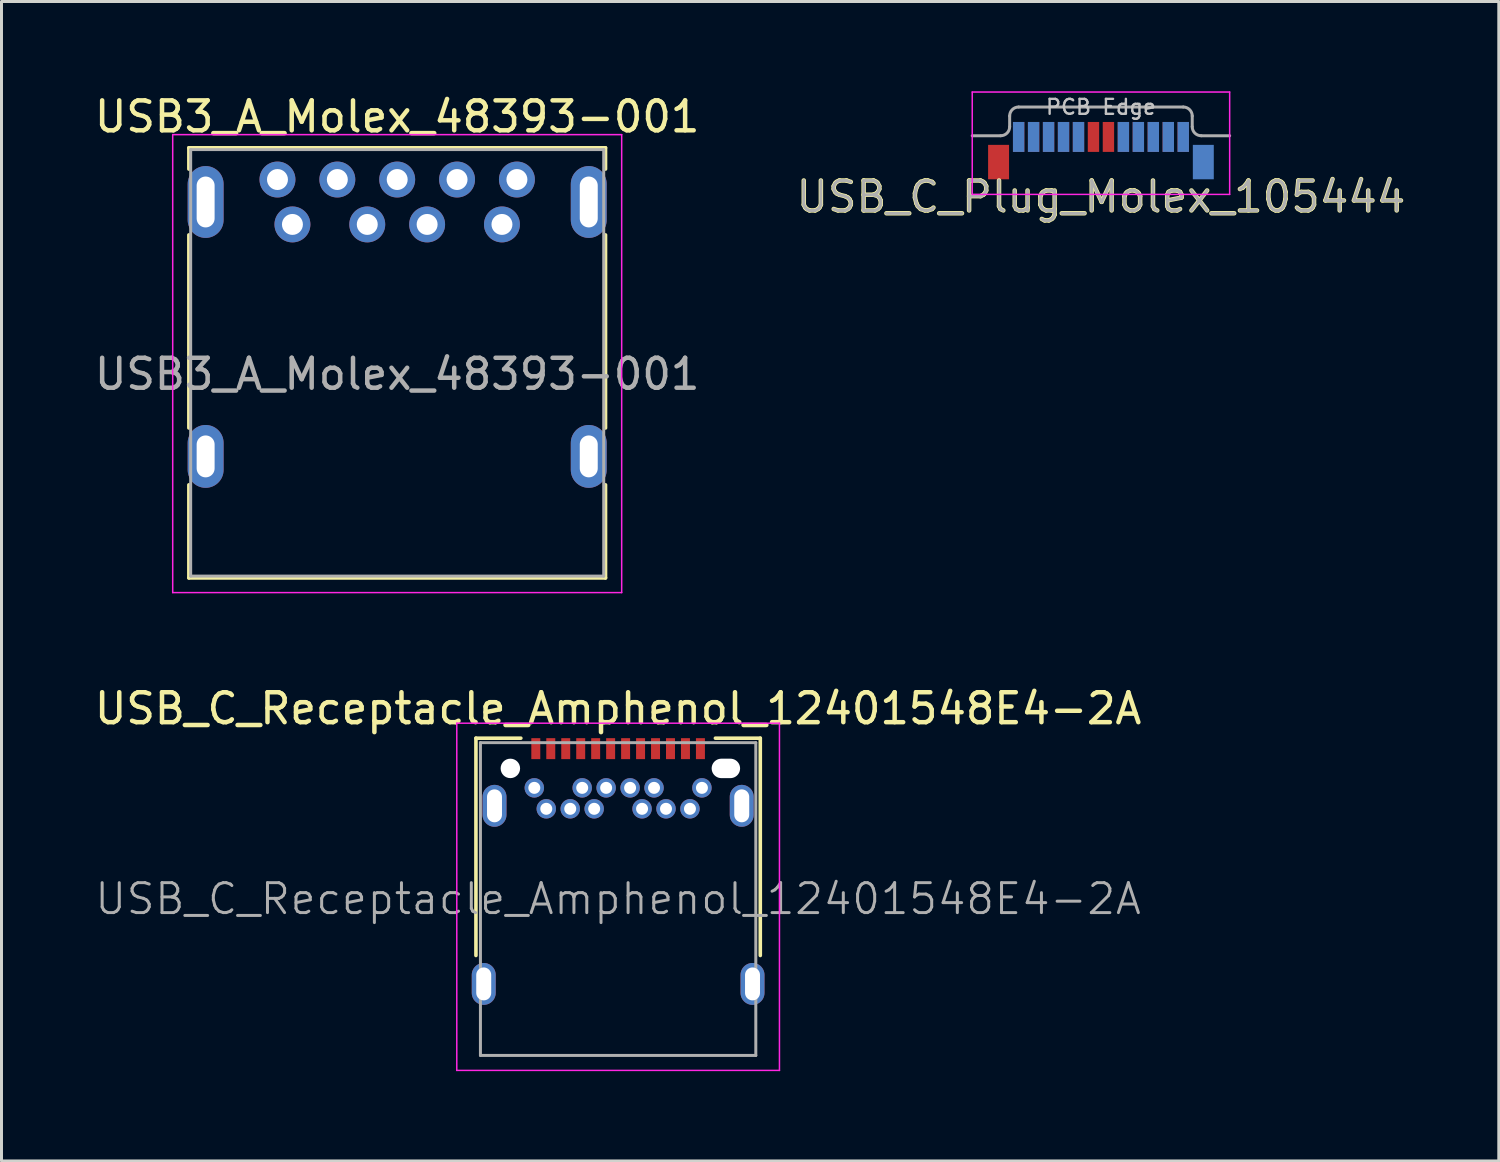
<source format=kicad_pcb>
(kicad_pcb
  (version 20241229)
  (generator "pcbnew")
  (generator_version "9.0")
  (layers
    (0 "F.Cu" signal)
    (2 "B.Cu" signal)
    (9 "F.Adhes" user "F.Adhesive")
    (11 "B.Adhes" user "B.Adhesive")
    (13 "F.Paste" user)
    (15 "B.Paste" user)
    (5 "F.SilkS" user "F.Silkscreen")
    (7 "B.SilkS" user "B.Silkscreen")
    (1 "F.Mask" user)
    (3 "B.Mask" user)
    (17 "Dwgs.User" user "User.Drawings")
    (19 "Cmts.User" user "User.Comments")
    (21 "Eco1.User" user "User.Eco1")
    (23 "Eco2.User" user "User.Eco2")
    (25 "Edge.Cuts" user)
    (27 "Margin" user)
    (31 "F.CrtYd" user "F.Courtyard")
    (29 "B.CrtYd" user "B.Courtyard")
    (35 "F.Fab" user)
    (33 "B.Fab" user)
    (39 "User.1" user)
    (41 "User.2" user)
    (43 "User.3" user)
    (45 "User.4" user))
  (footprint "USB_C_Plug_Molex_105444"
    (layer "F.Cu")
    (at 33.732 1.485)
    (property "Reference" "USB_C_Plug_Molex_105444" (at 0 2.04 0) (layer "F.SilkS") (effects (font (size 1 1) (thickness 0.15))))
    (attr smd)
    (fp_line (start -4.3 1.96) (end -4.3 -1.46) (stroke (width 0.05) (type solid)) (layer "F.CrtYd"))
    (fp_line (start 4.3 -1.46) (end -4.3 -1.46) (stroke (width 0.05) (type solid)) (layer "F.CrtYd"))
    (fp_line (start 4.3 1.96) (end -4.3 1.96) (stroke (width 0.05) (type solid)) (layer "F.CrtYd"))
    (fp_line (start 4.3 1.96) (end 4.3 -1.46) (stroke (width 0.05) (type solid)) (layer "F.CrtYd"))
    (fp_line (start -3.35 0) (end -4.3 0) (stroke (width 0.1) (type solid)) (layer "F.Fab"))
    (fp_line (start -3.05 -0.66) (end -3.05 -0.3) (stroke (width 0.1) (type solid)) (layer "F.Fab"))
    (fp_line (start -2.75 -0.96) (end 2.75 -0.96) (stroke (width 0.1) (type solid)) (layer "F.Fab"))
    (fp_line (start 3.05 -0.66) (end 3.05 -0.3) (stroke (width 0.1) (type solid)) (layer "F.Fab"))
    (fp_line (start 3.35 0) (end 4.3 0) (stroke (width 0.1) (type solid)) (layer "F.Fab"))
    (fp_arc (start -3.05 -0.66) (mid -2.962132 -0.872132) (end -2.75 -0.96) (stroke (width 0.1) (type solid)) (layer "F.Fab"))
    (fp_arc (start -3.05 -0.3) (mid -3.137868 -0.087868) (end -3.35 0) (stroke (width 0.1) (type solid)) (layer "F.Fab"))
    (fp_arc (start 2.75 -0.96) (mid 2.962132 -0.872132) (end 3.05 -0.66) (stroke (width 0.1) (type solid)) (layer "F.Fab"))
    (fp_arc (start 3.35 0) (mid 3.137868 -0.087868) (end 3.05 -0.3) (stroke (width 0.1) (type solid)) (layer "F.Fab"))
    (fp_text user "PCB Edge" (at 0 -0.96 0) (layer "Dwgs.User") (effects (font (size 0.5 0.5) (thickness 0.08))))
    (fp_text user "${REFERENCE}" (at 0 2.04 0) (layer "F.Fab") (effects (font (size 1 1) (thickness 0.1))))
    (pad "A1" smd rect (at -2.75 0.04) (size 0.38 1) (layers "F.Cu" "F.Mask" "F.Paste"))
    (pad "A2" smd rect (at -2.25 0.04) (size 0.38 1) (layers "F.Cu" "F.Mask" "F.Paste"))
    (pad "A3" smd rect (at -1.75 0.04) (size 0.38 1) (layers "F.Cu" "F.Mask" "F.Paste"))
    (pad "A4" smd rect (at -1.25 0.04) (size 0.38 1) (layers "F.Cu" "F.Mask" "F.Paste"))
    (pad "A5" smd rect (at -0.75 0.04) (size 0.38 1) (layers "F.Cu" "F.Mask" "F.Paste"))
    (pad "A6" smd rect (at -0.25 0.04) (size 0.38 1) (layers "F.Cu" "F.Mask" "F.Paste"))
    (pad "A7" smd rect (at 0.25 0.04) (size 0.38 1) (layers "F.Cu" "F.Mask" "F.Paste"))
    (pad "A8" smd rect (at 0.75 0.04) (size 0.38 1) (layers "F.Cu" "F.Mask" "F.Paste"))
    (pad "A9" smd rect (at 1.25 0.04) (size 0.38 1) (layers "F.Cu" "F.Mask" "F.Paste"))
    (pad "A10" smd rect (at 1.75 0.04) (size 0.38 1) (layers "F.Cu" "F.Mask" "F.Paste"))
    (pad "A11" smd rect (at 2.25 0.04) (size 0.38 1) (layers "F.Cu" "F.Mask" "F.Paste"))
    (pad "A12" smd rect (at 2.75 0.04) (size 0.38 1) (layers "F.Cu" "F.Mask" "F.Paste"))
    (pad "B1" smd rect (at 2.75 0.04) (size 0.38 1) (layers "B.Cu" "B.Mask" "B.Paste"))
    (pad "B2" smd rect (at 2.25 0.04) (size 0.38 1) (layers "B.Cu" "B.Mask" "B.Paste"))
    (pad "B3" smd rect (at 1.75 0.04) (size 0.38 1) (layers "B.Cu" "B.Mask" "B.Paste"))
    (pad "B4" smd rect (at 1.25 0.04) (size 0.38 1) (layers "B.Cu" "B.Mask" "B.Paste"))
    (pad "B5" smd rect (at 0.75 0.04) (size 0.38 1) (layers "B.Cu" "B.Mask" "B.Paste"))
    (pad "B8" smd rect (at -0.75 0.04) (size 0.38 1) (layers "B.Cu" "B.Mask" "B.Paste"))
    (pad "B9" smd rect (at -1.25 0.04) (size 0.38 1) (layers "B.Cu" "B.Mask" "B.Paste"))
    (pad "B10" smd rect (at -1.75 0.04) (size 0.38 1) (layers "B.Cu" "B.Mask" "B.Paste"))
    (pad "B11" smd rect (at -2.25 0.04) (size 0.38 1) (layers "B.Cu" "B.Mask" "B.Paste"))
    (pad "B12" smd rect (at -2.75 0.04) (size 0.38 1) (layers "B.Cu" "B.Mask" "B.Paste"))
    (pad "S1" smd rect (at -3.42 0.88) (size 0.7 1.15) (layers "F.Cu" "F.Mask" "F.Paste"))
    (pad "S1" smd rect (at 3.42 0.88) (size 0.7 1.15) (layers "B.Cu" "B.Mask" "B.Paste")))
  (footprint "USB3_A_Molex_48393-001"
    (layer "F.Cu")
    (at 6.72 4.448)
    (property "Reference" "USB3_A_Molex_48393-001" (at 3.5 -3.6 0) (layer "F.SilkS") (effects (font (size 1 1) (thickness 0.15))))
    (attr through_hole)
    (fp_line (start -3.46 -2.56) (end -3.46 -1.85) (stroke (width 0.12) (type solid)) (layer "F.SilkS"))
    (fp_line (start -3.46 -2.56) (end 10.46 -2.56) (stroke (width 0.12) (type solid)) (layer "F.SilkS"))
    (fp_line (start -3.46 6.8) (end -3.46 0.35) (stroke (width 0.12) (type solid)) (layer "F.SilkS"))
    (fp_line (start -3.46 11.81) (end -3.46 8.7) (stroke (width 0.12) (type solid)) (layer "F.SilkS"))
    (fp_line (start -3.46 11.81) (end 10.46 11.81) (stroke (width 0.12) (type solid)) (layer "F.SilkS"))
    (fp_line (start 10.46 -2.56) (end 10.46 -1.85) (stroke (width 0.12) (type solid)) (layer "F.SilkS"))
    (fp_line (start 10.46 6.8) (end 10.46 0.35) (stroke (width 0.12) (type solid)) (layer "F.SilkS"))
    (fp_line (start 10.46 11.81) (end 10.46 8.7) (stroke (width 0.12) (type solid)) (layer "F.SilkS"))
    (fp_line (start -4 -3) (end 11 -3) (stroke (width 0.05) (type solid)) (layer "F.CrtYd"))
    (fp_line (start -4 12.3) (end -4 -3) (stroke (width 0.05) (type solid)) (layer "F.CrtYd"))
    (fp_line (start 11 -3) (end 11 12.3) (stroke (width 0.05) (type solid)) (layer "F.CrtYd"))
    (fp_line (start 11 12.3) (end -4 12.3) (stroke (width 0.05) (type solid)) (layer "F.CrtYd"))
    (fp_line (start -3.4 -2.5) (end 10.4 -2.5) (stroke (width 0.1) (type solid)) (layer "F.Fab"))
    (fp_line (start -3.4 11.75) (end -3.4 -2.5) (stroke (width 0.1) (type solid)) (layer "F.Fab"))
    (fp_line (start 10.4 -2.5) (end 10.4 11.75) (stroke (width 0.1) (type solid)) (layer "F.Fab"))
    (fp_line (start 10.4 11.75) (end -3.4 11.75) (stroke (width 0.1) (type solid)) (layer "F.Fab"))
    (fp_text user "${REFERENCE}" (at 3.5 5 0) (layer "F.Fab") (effects (font (size 1 1) (thickness 0.15))))
    (pad "1" thru_hole circle (at 0 0) (size 1.2 1.2) (drill 0.7) (layers "*.Cu" "*.Mask"))
    (pad "2" thru_hole circle (at 2.5 0) (size 1.2 1.2) (drill 0.7) (layers "*.Cu" "*.Mask"))
    (pad "3" thru_hole circle (at 4.5 0) (size 1.2 1.2) (drill 0.7) (layers "*.Cu" "*.Mask"))
    (pad "4" thru_hole circle (at 7 0) (size 1.2 1.2) (drill 0.7) (layers "*.Cu" "*.Mask"))
    (pad "5" thru_hole circle (at 7.5 -1.5) (size 1.2 1.2) (drill 0.7) (layers "*.Cu" "*.Mask"))
    (pad "6" thru_hole circle (at 5.5 -1.5) (size 1.2 1.2) (drill 0.7) (layers "*.Cu" "*.Mask"))
    (pad "7" thru_hole circle (at 3.5 -1.5) (size 1.2 1.2) (drill 0.7) (layers "*.Cu" "*.Mask"))
    (pad "8" thru_hole circle (at 1.5 -1.5) (size 1.2 1.2) (drill 0.7) (layers "*.Cu" "*.Mask"))
    (pad "9" thru_hole circle (at -0.5 -1.5) (size 1.2 1.2) (drill 0.7) (layers "*.Cu" "*.Mask"))
    (pad "10" thru_hole oval (at -2.9 -0.75) (size 1.2 2.4) (drill oval 0.6 1.7) (layers "*.Cu" "*.Mask"))
    (pad "10" thru_hole oval (at -2.9 7.75) (size 1.2 2.1) (drill oval 0.6 1.4) (layers "*.Cu" "*.Mask"))
    (pad "10" thru_hole oval (at 9.9 -0.75) (size 1.2 2.4) (drill oval 0.6 1.7) (layers "*.Cu" "*.Mask"))
    (pad "10" thru_hole oval (at 9.9 7.75) (size 1.2 2.1) (drill oval 0.6 1.4) (layers "*.Cu" "*.Mask")))
  (footprint "USB_C_Receptacle_Amphenol_12401548E4-2A"
    (layer "F.Cu")
    (at 17.601 26.982)
    (property "Reference" "USB_C_Receptacle_Amphenol_12401548E4-2A" (at 0 -6.36 0) (layer "F.SilkS") (effects (font (size 1 1) (thickness 0.15))))
    (attr smd)
    (fp_line (start -4.75 -5.37) (end -4.75 1.89) (stroke (width 0.12) (type solid)) (layer "F.SilkS"))
    (fp_line (start -4.75 -5.37) (end -3.25 -5.37) (stroke (width 0.12) (type solid)) (layer "F.SilkS"))
    (fp_line (start 3.25 -5.37) (end 4.75 -5.37) (stroke (width 0.12) (type solid)) (layer "F.SilkS"))
    (fp_line (start 4.75 -5.37) (end 4.75 1.89) (stroke (width 0.12) (type solid)) (layer "F.SilkS"))
    (fp_line (start -5.39 -5.87) (end 5.39 -5.87) (stroke (width 0.05) (type solid)) (layer "F.CrtYd"))
    (fp_line (start -5.39 5.73) (end -5.39 -5.87) (stroke (width 0.05) (type solid)) (layer "F.CrtYd"))
    (fp_line (start 5.39 -5.87) (end 5.39 5.73) (stroke (width 0.05) (type solid)) (layer "F.CrtYd"))
    (fp_line (start 5.39 5.73) (end -5.39 5.73) (stroke (width 0.05) (type solid)) (layer "F.CrtYd"))
    (fp_line (start -4.6 -5.22) (end 4.6 -5.22) (stroke (width 0.1) (type solid)) (layer "F.Fab"))
    (fp_line (start -4.6 5.23) (end -4.6 -5.22) (stroke (width 0.1) (type solid)) (layer "F.Fab"))
    (fp_line (start -4.6 5.23) (end 4.6 5.23) (stroke (width 0.1) (type solid)) (layer "F.Fab"))
    (fp_line (start 4.6 5.23) (end 4.6 -5.22) (stroke (width 0.1) (type solid)) (layer "F.Fab"))
    (fp_text user "${REFERENCE}" (at 0 0 0) (layer "F.Fab") (effects (font (size 1 1) (thickness 0.1))))
    (pad "" np_thru_hole circle (at -3.6 -4.36) (size 0.65 0.65) (drill 0.65) (layers "*.Cu" "*.Mask"))
    (pad "" np_thru_hole oval (at 3.6 -4.36) (size 0.95 0.65) (drill oval 0.95 0.65) (layers "*.Cu" "*.Mask"))
    (pad "A1" smd rect (at -2.75 -5.02) (size 0.3 0.7) (layers "F.Cu" "F.Mask" "F.Paste"))
    (pad "A2" smd rect (at -2.25 -5.02) (size 0.3 0.7) (layers "F.Cu" "F.Mask" "F.Paste"))
    (pad "A3" smd rect (at -1.75 -5.02) (size 0.3 0.7) (layers "F.Cu" "F.Mask" "F.Paste"))
    (pad "A4" smd rect (at -1.25 -5.02) (size 0.3 0.7) (layers "F.Cu" "F.Mask" "F.Paste"))
    (pad "A5" smd rect (at -0.75 -5.02) (size 0.3 0.7) (layers "F.Cu" "F.Mask" "F.Paste"))
    (pad "A6" smd rect (at -0.25 -5.02) (size 0.3 0.7) (layers "F.Cu" "F.Mask" "F.Paste"))
    (pad "A7" smd rect (at 0.25 -5.02) (size 0.3 0.7) (layers "F.Cu" "F.Mask" "F.Paste"))
    (pad "A8" smd rect (at 0.75 -5.02) (size 0.3 0.7) (layers "F.Cu" "F.Mask" "F.Paste"))
    (pad "A9" smd rect (at 1.25 -5.02) (size 0.3 0.7) (layers "F.Cu" "F.Mask" "F.Paste"))
    (pad "A10" smd rect (at 1.75 -5.02) (size 0.3 0.7) (layers "F.Cu" "F.Mask" "F.Paste"))
    (pad "A11" smd rect (at 2.25 -5.02) (size 0.3 0.7) (layers "F.Cu" "F.Mask" "F.Paste"))
    (pad "A12" smd rect (at 2.75 -5.02) (size 0.3 0.7) (layers "F.Cu" "F.Mask" "F.Paste"))
    (pad "B1" thru_hole circle (at 2.8 -3.71) (size 0.65 0.65) (drill 0.4) (layers "*.Cu" "*.Mask"))
    (pad "B2" thru_hole circle (at 2.4 -3.01) (size 0.65 0.65) (drill 0.4) (layers "*.Cu" "*.Mask"))
    (pad "B3" thru_hole circle (at 1.6 -3.01) (size 0.65 0.65) (drill 0.4) (layers "*.Cu" "*.Mask"))
    (pad "B4" thru_hole circle (at 1.2 -3.71) (size 0.65 0.65) (drill 0.4) (layers "*.Cu" "*.Mask"))
    (pad "B5" thru_hole circle (at 0.8 -3.01) (size 0.65 0.65) (drill 0.4) (layers "*.Cu" "*.Mask"))
    (pad "B6" thru_hole circle (at 0.4 -3.71) (size 0.65 0.65) (drill 0.4) (layers "*.Cu" "*.Mask"))
    (pad "B7" thru_hole circle (at -0.4 -3.71) (size 0.65 0.65) (drill 0.4) (layers "*.Cu" "*.Mask"))
    (pad "B8" thru_hole circle (at -0.8 -3.01) (size 0.65 0.65) (drill 0.4) (layers "*.Cu" "*.Mask"))
    (pad "B9" thru_hole circle (at -1.2 -3.71) (size 0.65 0.65) (drill 0.4) (layers "*.Cu" "*.Mask"))
    (pad "B10" thru_hole circle (at -1.6 -3.01) (size 0.65 0.65) (drill 0.4) (layers "*.Cu" "*.Mask"))
    (pad "B11" thru_hole circle (at -2.4 -3.01) (size 0.65 0.65) (drill 0.4) (layers "*.Cu" "*.Mask"))
    (pad "B12" thru_hole circle (at -2.8 -3.71) (size 0.65 0.65) (drill 0.4) (layers "*.Cu" "*.Mask"))
    (pad "S1" thru_hole oval (at -4.49 2.84) (size 0.8 1.4) (drill oval 0.5 1.1) (layers "*.Cu" "*.Mask"))
    (pad "S1" thru_hole oval (at -4.13 -3.11) (size 0.8 1.4) (drill oval 0.5 1.1) (layers "*.Cu" "*.Mask"))
    (pad "S1" thru_hole oval (at 4.13 -3.11) (size 0.8 1.4) (drill oval 0.5 1.1) (layers "*.Cu" "*.Mask"))
    (pad "S1" thru_hole oval (at 4.49 2.84) (size 0.8 1.4) (drill oval 0.5 1.1) (layers "*.Cu" "*.Mask")))
  (gr_rect
    (start -3 -3)
    (end 47.024 35.736)
    (stroke (width 0.1) (type default))
    (fill no)
    (layer "Edge.Cuts")))
</source>
